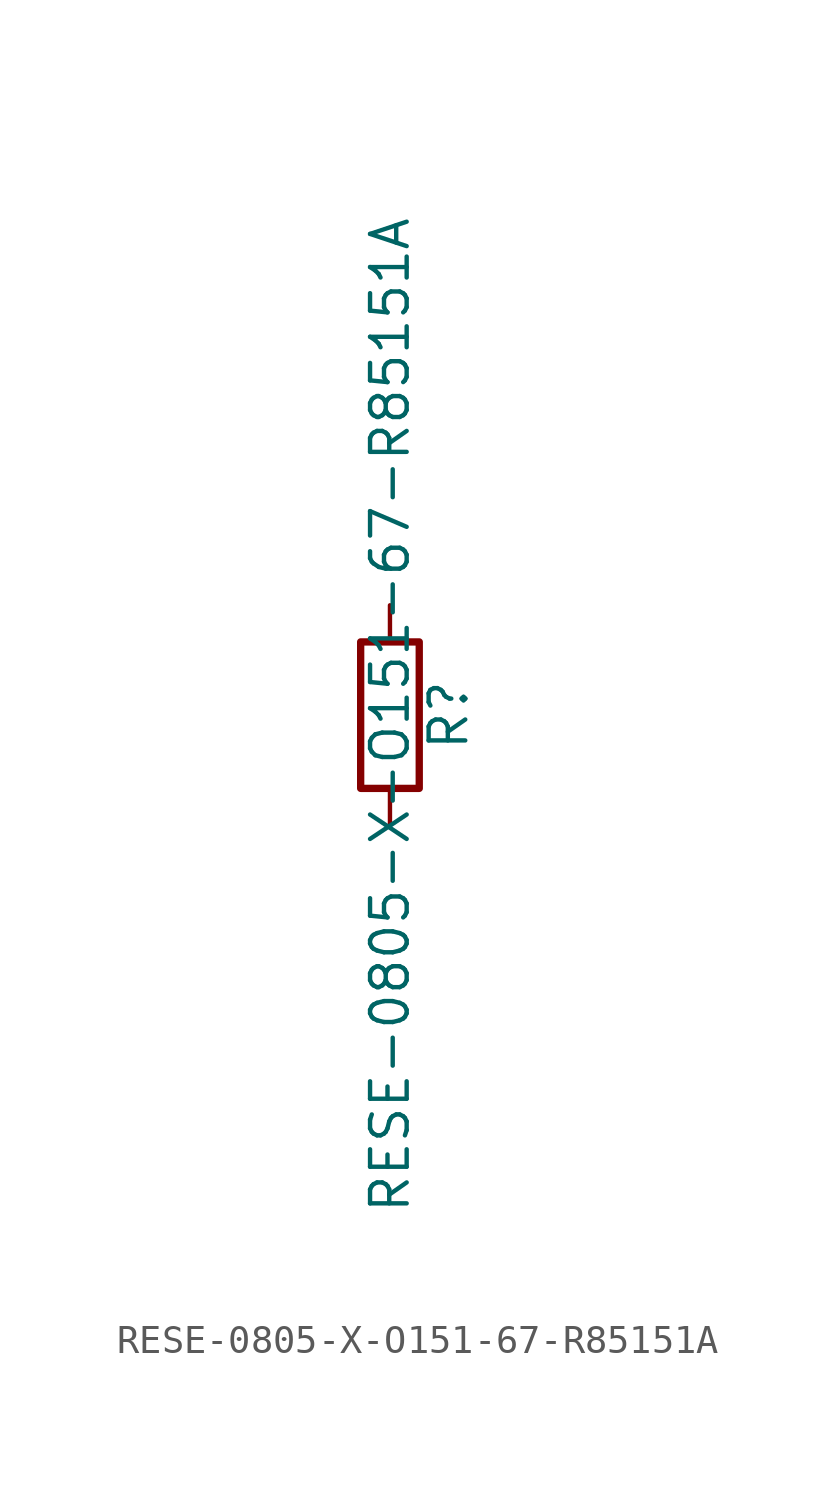
<source format=kicad_sym>
(kicad_symbol_lib
  (version 20211014)
  (generator kicad_symbol_editor)
  (symbol "RESE-0805-X-O151-67-R85151A"
    (pin_numbers hide)
    (pin_names
      (offset 0))
    (property "Reference" "R"
      (at 2.032 0 90)
      (effects (font (size 1.27 1.27))))
    (property "Value" "RESE-0805-X-O151-67-R85151A"
      (at 0 0 90)
      (effects (font (size 1.27 1.27))))
    (symbol "RESE-0805-X-O151-67-R85151A_0_1"
      (rectangle (start -1.016 -2.54) (end 1.016 2.54) (stroke (width 0.254) (type default) (color 0 0 0 0)) (fill (type none))))
    (symbol "RESE-0805-X-O151-67-R85151A_1_1"
      (pin passive line (at 0 3.81 270) (length 1.27) (name "~" (effects (font (size 1.27 1.27)))) (number "1" (effects (font (size 1.27 1.27)))))
      (pin passive line (at 0 -3.81 90) (length 1.27) (name "~" (effects (font (size 1.27 1.27)))) (number "2" (effects (font (size 1.27 1.27))))))))
</source>
